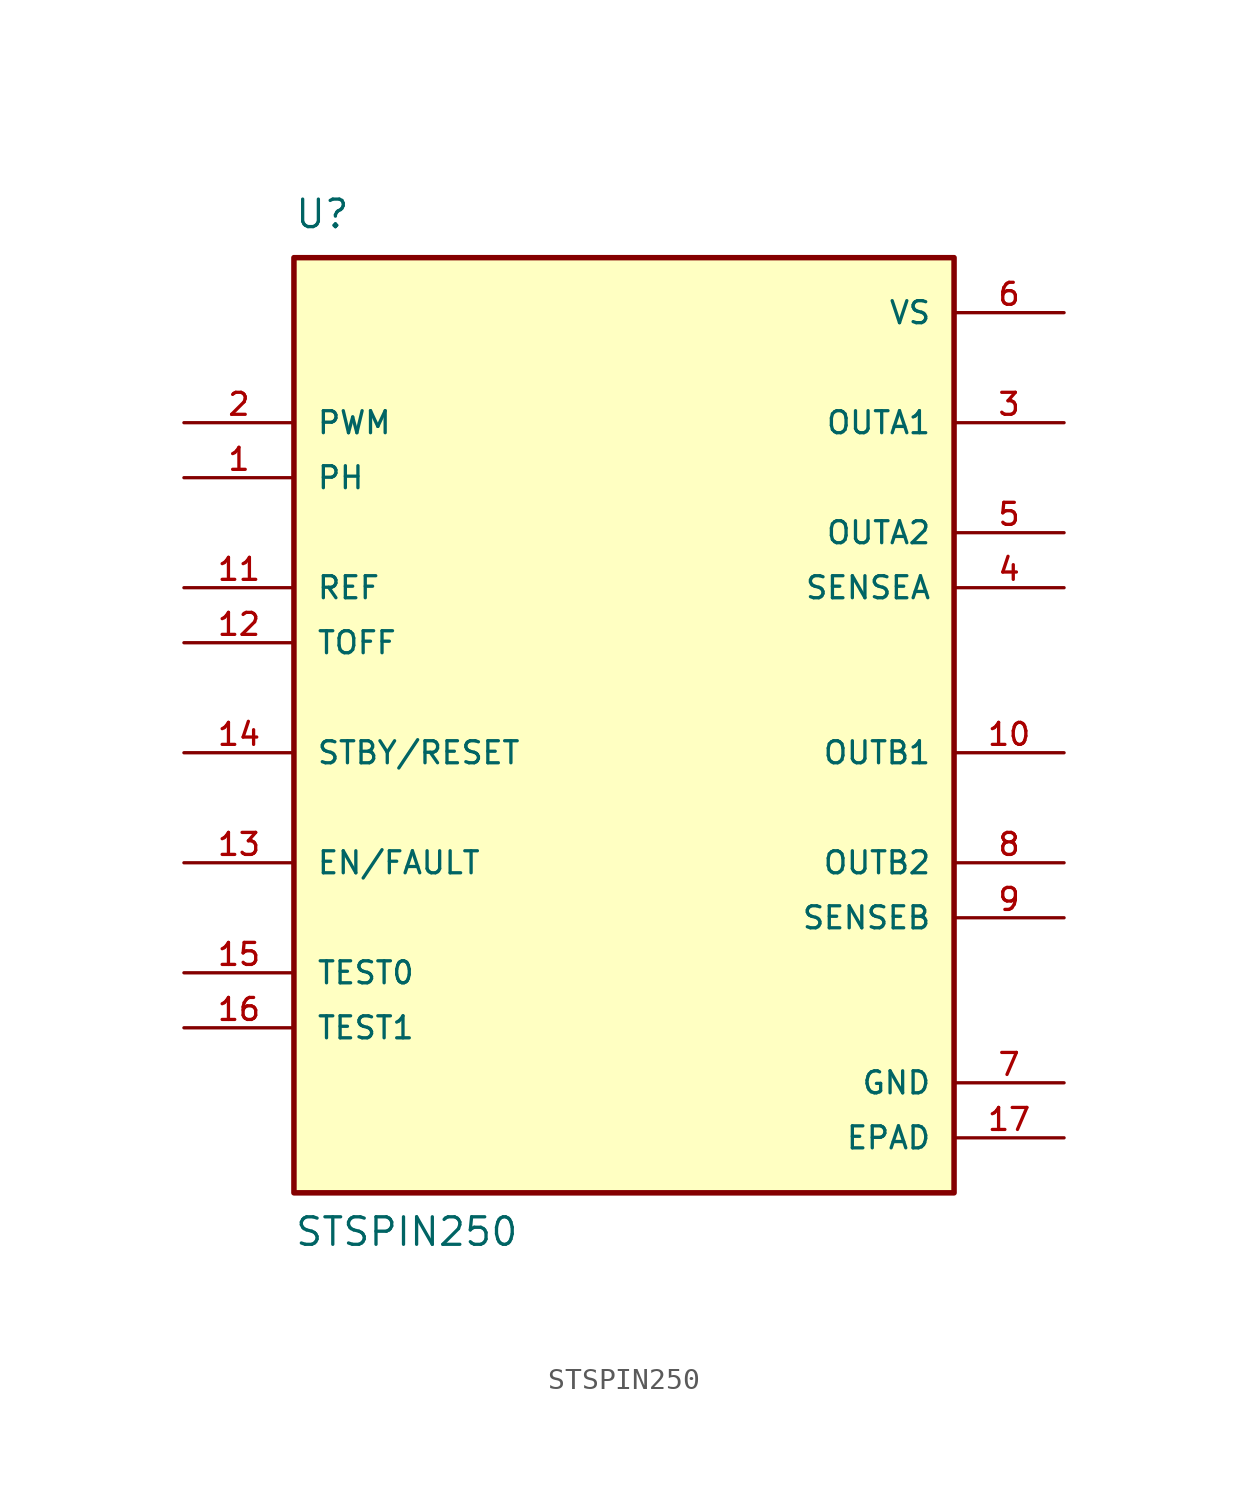
<source format=kicad_sym>
(kicad_symbol_lib
  (version 20211014)
  (generator kicad_symbol_editor)
  (symbol "STSPIN250"
    (pin_names
      (offset 1.016))
    (property "Reference" "U"
      (at -15.24 21.59 0)
      (effects (font (size 1.27 1.27)) (justify bottom left)))
    (property "Value" "STSPIN250"
      (at -15.24 -25.4 0)
      (effects (font (size 1.27 1.27)) (justify bottom left)))
    (symbol "STSPIN250_0_0"
      (rectangle (start -15.24 -22.86) (end 15.24 20.32) (stroke (width 0.254)) (fill (type background)))
      (pin input line (at -20.32 10.16 0) (length 5.08) (name "PH" (effects (font (size 1.016 1.016)))) (number "1" (effects (font (size 1.016 1.016)))))
      (pin input line (at -20.32 12.7 0) (length 5.08) (name "PWM" (effects (font (size 1.016 1.016)))) (number "2" (effects (font (size 1.016 1.016)))))
      (pin output line (at 20.32 12.7 180.0) (length 5.08) (name "OUTA1" (effects (font (size 1.016 1.016)))) (number "3" (effects (font (size 1.016 1.016)))))
      (pin output line (at 20.32 5.08 180.0) (length 5.08) (name "SENSEA" (effects (font (size 1.016 1.016)))) (number "4" (effects (font (size 1.016 1.016)))))
      (pin power_in line (at 20.32 17.78 180.0) (length 5.08) (name "VS" (effects (font (size 1.016 1.016)))) (number "6" (effects (font (size 1.016 1.016)))))
      (pin output line (at 20.32 7.62 180.0) (length 5.08) (name "OUTA2" (effects (font (size 1.016 1.016)))) (number "5" (effects (font (size 1.016 1.016)))))
      (pin power_in line (at 20.32 -17.78 180.0) (length 5.08) (name "GND" (effects (font (size 1.016 1.016)))) (number "7" (effects (font (size 1.016 1.016)))))
      (pin output line (at 20.32 -7.62 180.0) (length 5.08) (name "OUTB2" (effects (font (size 1.016 1.016)))) (number "8" (effects (font (size 1.016 1.016)))))
      (pin output line (at 20.32 -10.16 180.0) (length 5.08) (name "SENSEB" (effects (font (size 1.016 1.016)))) (number "9" (effects (font (size 1.016 1.016)))))
      (pin output line (at 20.32 -2.54 180.0) (length 5.08) (name "OUTB1" (effects (font (size 1.016 1.016)))) (number "10" (effects (font (size 1.016 1.016)))))
      (pin input line (at -20.32 2.54 0) (length 5.08) (name "TOFF" (effects (font (size 1.016 1.016)))) (number "12" (effects (font (size 1.016 1.016)))))
      (pin input line (at -20.32 5.08 0) (length 5.08) (name "REF" (effects (font (size 1.016 1.016)))) (number "11" (effects (font (size 1.016 1.016)))))
      (pin bidirectional line (at -20.32 -7.62 0) (length 5.08) (name "EN/FAULT" (effects (font (size 1.016 1.016)))) (number "13" (effects (font (size 1.016 1.016)))))
      (pin passive line (at -20.32 -12.7 0) (length 5.08) (name "TEST0" (effects (font (size 1.016 1.016)))) (number "15" (effects (font (size 1.016 1.016)))))
      (pin input line (at -20.32 -2.54 0) (length 5.08) (name "STBY/RESET" (effects (font (size 1.016 1.016)))) (number "14" (effects (font (size 1.016 1.016)))))
      (pin passive line (at -20.32 -15.24 0) (length 5.08) (name "TEST1" (effects (font (size 1.016 1.016)))) (number "16" (effects (font (size 1.016 1.016)))))
      (pin power_in line (at 20.32 -20.32 180.0) (length 5.08) (name "EPAD" (effects (font (size 1.016 1.016)))) (number "17" (effects (font (size 1.016 1.016))))))))
</source>
